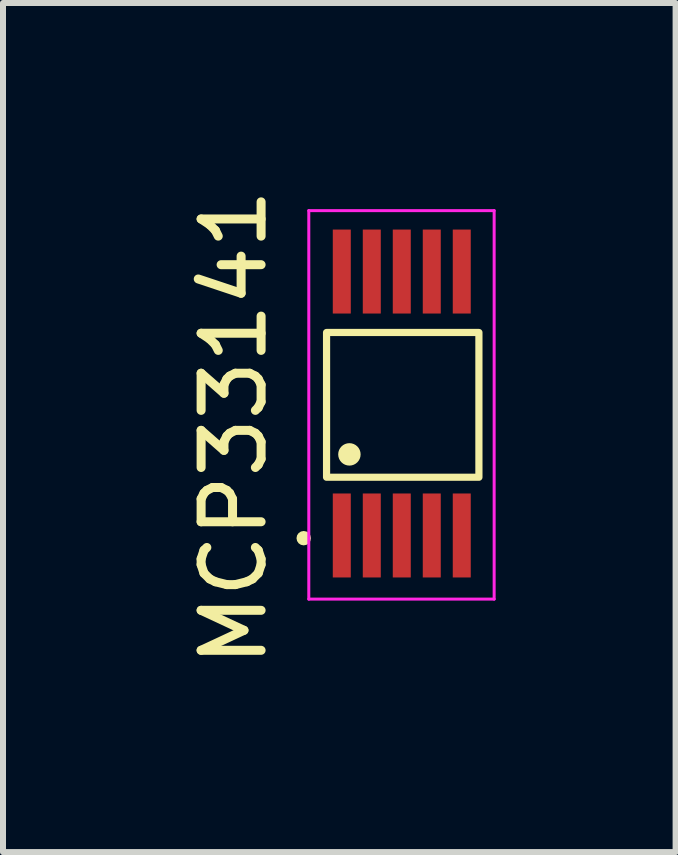
<source format=kicad_pcb>
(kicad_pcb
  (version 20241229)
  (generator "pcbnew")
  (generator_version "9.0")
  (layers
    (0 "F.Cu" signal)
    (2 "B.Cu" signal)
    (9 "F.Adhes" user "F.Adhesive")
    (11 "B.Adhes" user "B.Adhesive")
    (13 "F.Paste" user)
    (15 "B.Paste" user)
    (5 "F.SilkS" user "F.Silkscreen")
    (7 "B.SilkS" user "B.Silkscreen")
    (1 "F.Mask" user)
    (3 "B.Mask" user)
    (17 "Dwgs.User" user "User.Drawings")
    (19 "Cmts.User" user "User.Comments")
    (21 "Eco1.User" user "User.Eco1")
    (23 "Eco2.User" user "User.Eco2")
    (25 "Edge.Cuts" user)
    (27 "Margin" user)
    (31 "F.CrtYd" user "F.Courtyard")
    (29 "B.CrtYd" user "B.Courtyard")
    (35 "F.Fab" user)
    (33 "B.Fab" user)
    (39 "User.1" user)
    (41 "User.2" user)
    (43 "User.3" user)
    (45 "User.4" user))
  (footprint "MCP33141"
    (layer "F.Cu")
    (at 2.648 1.477)
    (property "Reference" "MCP33141" (at -1.8 2.6 90) (layer "F.SilkS") (effects (font (size 1 1) (thickness 0.15))))
    (attr through_hole)
    (fp_rect (start -0.254 1.016) (end 2.286 3.429) (stroke (width 0.12) (type solid)) (fill no) (layer "F.SilkS"))
    (fp_circle (center -0.635 4.445) (end -0.635 4.445) (stroke (width 0.12) (type solid)) (fill no) (layer "F.SilkS"))
    (fp_circle (center 0.127 3.048) (end 0.254 3.048) (stroke (width 0.12) (type solid)) (fill yes) (layer "F.SilkS"))
    (fp_line (start -0.55 -1.016) (end 2.54 -1.016) (stroke (width 0.05) (type solid)) (layer "F.CrtYd"))
    (fp_line (start -0.55 5.461) (end -0.55 -1.016) (stroke (width 0.05) (type solid)) (layer "F.CrtYd"))
    (fp_line (start 2.54 -1.016) (end 2.54 5.461) (stroke (width 0.05) (type solid)) (layer "F.CrtYd"))
    (fp_line (start 2.54 5.461) (end -0.55 5.461) (stroke (width 0.05) (type solid)) (layer "F.CrtYd"))
    (pad "1" smd rect (at 0 4.4) (size 0.3 1.4) (layers "F.Cu" "F.Mask" "F.Paste"))
    (pad "2" smd rect (at 0.5 4.4) (size 0.3 1.4) (layers "F.Cu" "F.Mask" "F.Paste"))
    (pad "3" smd rect (at 1 4.4) (size 0.3 1.4) (layers "F.Cu" "F.Mask" "F.Paste"))
    (pad "4" smd rect (at 1.5 4.4) (size 0.3 1.4) (layers "F.Cu" "F.Mask" "F.Paste"))
    (pad "5" smd rect (at 2 4.4) (size 0.3 1.4) (layers "F.Cu" "F.Mask" "F.Paste"))
    (pad "6" smd rect (at 2 0) (size 0.3 1.4) (layers "F.Cu" "F.Mask" "F.Paste"))
    (pad "7" smd rect (at 1.5 0) (size 0.3 1.4) (layers "F.Cu" "F.Mask" "F.Paste"))
    (pad "8" smd rect (at 1 0) (size 0.3 1.4) (layers "F.Cu" "F.Mask" "F.Paste"))
    (pad "9" smd rect (at 0.5 0) (size 0.3 1.4) (layers "F.Cu" "F.Mask" "F.Paste"))
    (pad "10" smd rect (at 0 0) (size 0.3 1.4) (layers "F.Cu" "F.Mask" "F.Paste")))
  (gr_rect
    (start -3 -3)
    (end 8.213 11.155)
    (stroke (width 0.1) (type default))
    (fill no)
    (layer "Edge.Cuts")))
</source>
